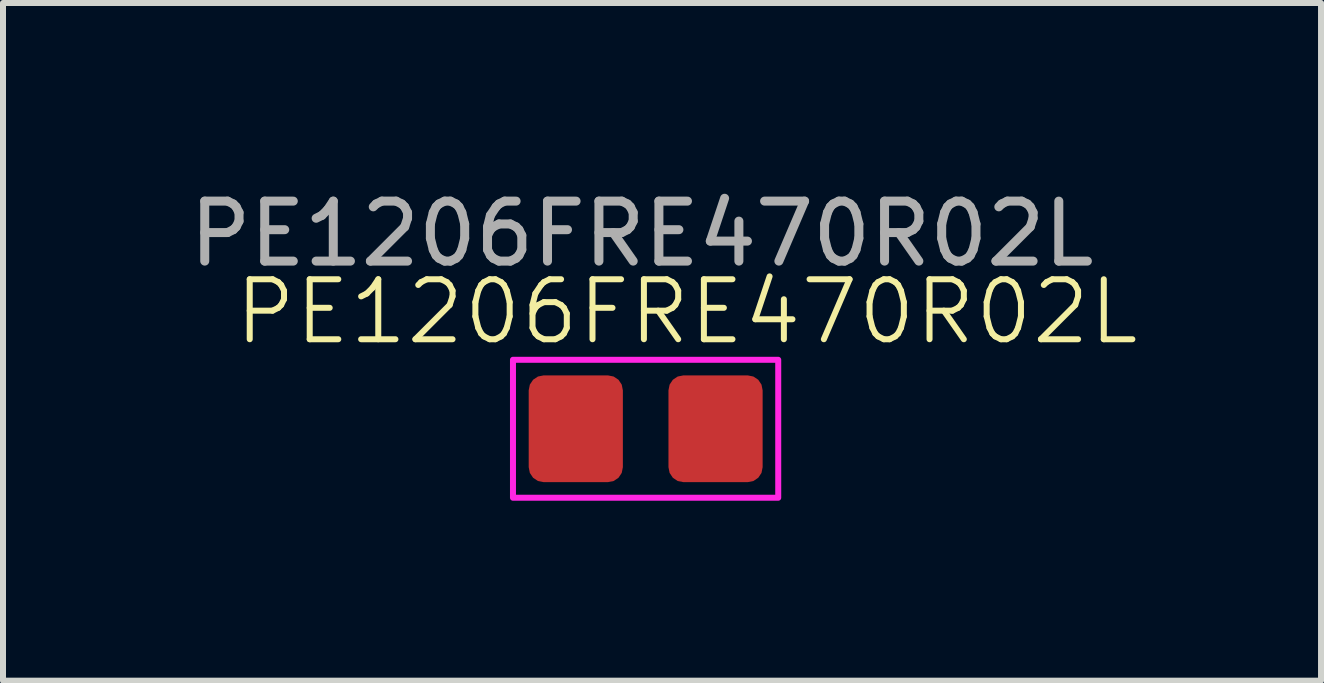
<source format=kicad_pcb>
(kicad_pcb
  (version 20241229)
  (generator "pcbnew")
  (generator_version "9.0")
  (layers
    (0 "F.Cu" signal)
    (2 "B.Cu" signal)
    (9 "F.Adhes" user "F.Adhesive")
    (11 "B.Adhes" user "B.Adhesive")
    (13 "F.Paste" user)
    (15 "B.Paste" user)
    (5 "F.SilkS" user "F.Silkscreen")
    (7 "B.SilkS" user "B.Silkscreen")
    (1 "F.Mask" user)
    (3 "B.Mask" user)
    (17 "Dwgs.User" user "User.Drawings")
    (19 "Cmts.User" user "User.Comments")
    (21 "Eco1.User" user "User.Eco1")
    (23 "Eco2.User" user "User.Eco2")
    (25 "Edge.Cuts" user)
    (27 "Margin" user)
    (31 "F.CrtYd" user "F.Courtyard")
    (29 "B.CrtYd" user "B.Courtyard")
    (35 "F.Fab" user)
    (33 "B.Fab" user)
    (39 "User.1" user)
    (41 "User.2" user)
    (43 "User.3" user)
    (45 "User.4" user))
  (footprint "PE1206FRE470R02L"
    (layer "F.Cu")
    (at 7.714 4.098)
    (property "Reference" "PE1206FRE470R02L" (at 0.685 -1.95 0) (unlocked yes) (layer "F.SilkS") (effects (font (size 1 1) (thickness 0.1))))
    (attr smd)
    (fp_rect (start -2.212 -1.15) (end 2.21 1.15) (stroke (width 0.1) (type default)) (fill no) (layer "F.CrtYd"))
    (fp_text user "${REFERENCE}" (at -0.065 -3.25 0) (unlocked yes) (layer "F.Fab") (effects (font (size 1 1) (thickness 0.15))))
    (pad "1" smd roundrect (at -1.165 0) (size 1.57 1.78) (layers "F.Cu" "F.Mask" "F.Paste") (roundrect_rratio 0.159))
    (pad "2" smd roundrect (at 1.165 0) (size 1.57 1.78) (layers "F.Cu" "F.Mask" "F.Paste") (roundrect_rratio 0.159)))
  (gr_rect
    (start -3 -3)
    (end 18.973 8.298)
    (stroke (width 0.1) (type default))
    (fill no)
    (layer "Edge.Cuts")))
</source>
